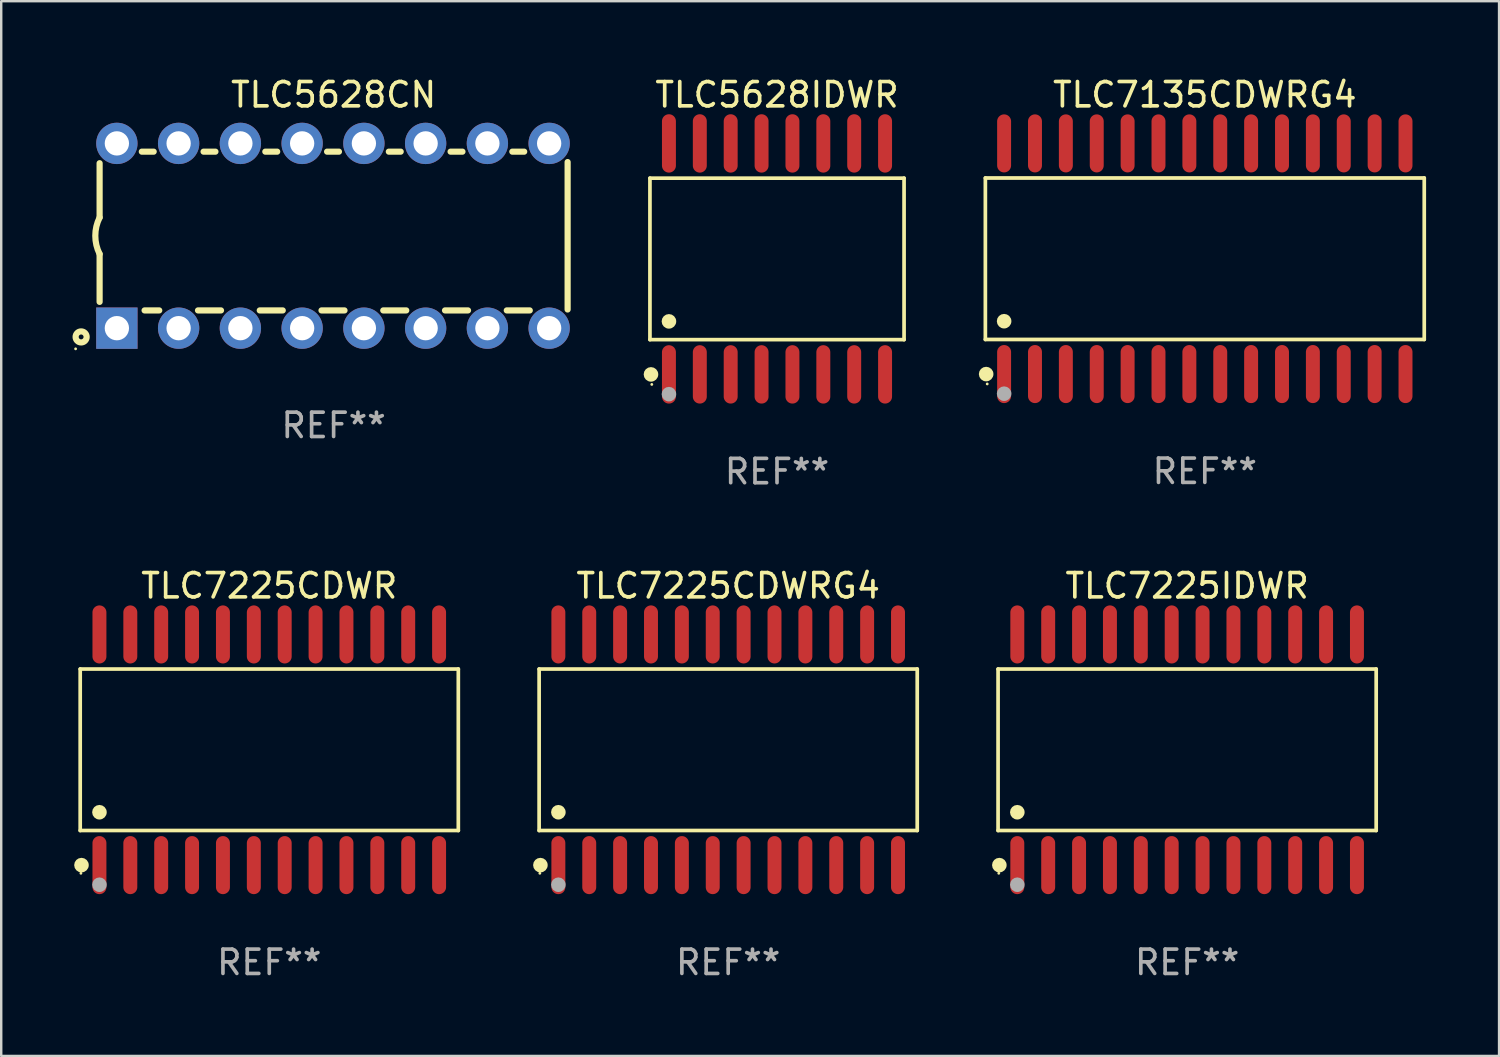
<source format=kicad_pcb>
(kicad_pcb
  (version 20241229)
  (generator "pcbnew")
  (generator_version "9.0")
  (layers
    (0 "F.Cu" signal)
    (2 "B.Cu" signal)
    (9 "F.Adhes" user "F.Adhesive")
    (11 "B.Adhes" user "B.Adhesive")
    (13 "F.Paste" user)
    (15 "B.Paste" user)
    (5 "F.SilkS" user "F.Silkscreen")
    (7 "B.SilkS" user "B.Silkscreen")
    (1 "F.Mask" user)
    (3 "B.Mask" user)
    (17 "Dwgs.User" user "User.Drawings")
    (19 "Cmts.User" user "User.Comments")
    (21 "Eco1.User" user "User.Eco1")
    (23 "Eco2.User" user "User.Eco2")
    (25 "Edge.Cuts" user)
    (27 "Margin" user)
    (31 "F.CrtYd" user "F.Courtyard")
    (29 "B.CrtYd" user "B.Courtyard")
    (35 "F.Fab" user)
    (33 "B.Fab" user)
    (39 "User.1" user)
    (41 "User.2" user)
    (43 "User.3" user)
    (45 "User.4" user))
  (footprint "TLC5628CN"
    (layer "F.Cu")
    (at 10.672 6.648)
    (property "Reference" "TLC5628CN" (at 0 -5.8 0) (layer "F.SilkS") (effects (font (size 1 1) (thickness 0.15))))
    (attr through_hole)
    (fp_line (start -9.625 -0.75) (end -9.625 -2.985) (stroke (width 0.254) (type solid)) (layer "F.SilkS"))
    (fp_line (start -9.625 0.749) (end -9.625 2.719) (stroke (width 0.254) (type solid)) (layer "F.SilkS"))
    (fp_line (start -7.889 -3.46) (end -7.401 -3.46) (stroke (width 0.254) (type solid)) (layer "F.SilkS"))
    (fp_line (start -7.775 3.07) (end -7.172 3.07) (stroke (width 0.254) (type solid)) (layer "F.SilkS"))
    (fp_line (start -5.578 3.07) (end -4.632 3.07) (stroke (width 0.254) (type solid)) (layer "F.SilkS"))
    (fp_line (start -5.349 -3.46) (end -4.861 -3.46) (stroke (width 0.254) (type solid)) (layer "F.SilkS"))
    (fp_line (start -3.038 3.07) (end -2.092 3.07) (stroke (width 0.254) (type solid)) (layer "F.SilkS"))
    (fp_line (start -2.809 -3.46) (end -2.321 -3.46) (stroke (width 0.254) (type solid)) (layer "F.SilkS"))
    (fp_line (start -0.498 3.07) (end 0.448 3.07) (stroke (width 0.254) (type solid)) (layer "F.SilkS"))
    (fp_line (start -0.269 -3.46) (end 0.219 -3.46) (stroke (width 0.254) (type solid)) (layer "F.SilkS"))
    (fp_line (start 2.042 3.07) (end 2.988 3.07) (stroke (width 0.254) (type solid)) (layer "F.SilkS"))
    (fp_line (start 2.271 -3.46) (end 2.759 -3.46) (stroke (width 0.254) (type solid)) (layer "F.SilkS"))
    (fp_line (start 4.582 3.07) (end 5.528 3.07) (stroke (width 0.254) (type solid)) (layer "F.SilkS"))
    (fp_line (start 4.811 -3.46) (end 5.299 -3.46) (stroke (width 0.254) (type solid)) (layer "F.SilkS"))
    (fp_line (start 7.122 3.07) (end 8.068 3.07) (stroke (width 0.254) (type solid)) (layer "F.SilkS"))
    (fp_line (start 7.351 -3.46) (end 7.839 -3.46) (stroke (width 0.254) (type solid)) (layer "F.SilkS"))
    (fp_line (start 9.625 3.032) (end 9.625 -3.032) (stroke (width 0.254) (type solid)) (layer "F.SilkS"))
    (fp_arc (start -9.62498 0.748819) (mid -9.801899 -0.000581) (end -9.625006 -0.749987) (stroke (width 0.254001) (type solid)) (layer "F.SilkS"))
    (fp_circle (center -10.612 4.65) (end -10.582 4.65) (stroke (width 0.06) (type solid)) (fill no) (layer "F.SilkS"))
    (fp_circle (center -10.385 4.16) (end -10.285 4.16) (stroke (width 0.254) (type solid)) (fill no) (layer "F.SilkS"))
    (fp_text user "REF**" (at 0 7.8 0) (layer "F.Fab") (effects (font (size 1 1) (thickness 0.15))))
    (pad "1" thru_hole rect (at -8.915 3.8 90) (size 1.7 1.7) (drill 1) (layers "*.Cu" "*.Mask"))
    (pad "2" thru_hole circle (at -6.375 3.8) (size 1.7 1.7) (drill 1) (layers "*.Cu" "*.Mask"))
    (pad "3" thru_hole circle (at -3.835 3.8) (size 1.7 1.7) (drill 1) (layers "*.Cu" "*.Mask"))
    (pad "4" thru_hole circle (at -1.295 3.8) (size 1.7 1.7) (drill 1) (layers "*.Cu" "*.Mask"))
    (pad "5" thru_hole circle (at 1.245 3.8) (size 1.7 1.7) (drill 1) (layers "*.Cu" "*.Mask"))
    (pad "6" thru_hole circle (at 3.785 3.8) (size 1.7 1.7) (drill 1) (layers "*.Cu" "*.Mask"))
    (pad "7" thru_hole circle (at 6.325 3.8) (size 1.7 1.7) (drill 1) (layers "*.Cu" "*.Mask"))
    (pad "8" thru_hole circle (at 8.865 3.8) (size 1.7 1.7) (drill 1) (layers "*.Cu" "*.Mask"))
    (pad "9" thru_hole circle (at 8.865 -3.8) (size 1.7 1.7) (drill 1) (layers "*.Cu" "*.Mask"))
    (pad "10" thru_hole circle (at 6.325 -3.8) (size 1.7 1.7) (drill 1) (layers "*.Cu" "*.Mask"))
    (pad "11" thru_hole circle (at 3.785 -3.8) (size 1.7 1.7) (drill 1) (layers "*.Cu" "*.Mask"))
    (pad "12" thru_hole circle (at 1.245 -3.8) (size 1.7 1.7) (drill 1) (layers "*.Cu" "*.Mask"))
    (pad "13" thru_hole circle (at -1.295 -3.8) (size 1.7 1.7) (drill 1) (layers "*.Cu" "*.Mask"))
    (pad "14" thru_hole circle (at -3.835 -3.8) (size 1.7 1.7) (drill 1) (layers "*.Cu" "*.Mask"))
    (pad "15" thru_hole circle (at -6.375 -3.8) (size 1.7 1.7) (drill 1) (layers "*.Cu" "*.Mask"))
    (pad "16" thru_hole circle (at -8.915 -3.8) (size 1.7 1.7) (drill 1) (layers "*.Cu" "*.Mask")))
  (footprint "TLC7225CDWR"
    (layer "F.Cu")
    (at 8.025 27.789)
    (property "Reference" "TLC7225CDWR" (at 0 -6.744 0) (layer "F.SilkS") (effects (font (size 1 1) (thickness 0.15))))
    (attr through_hole)
    (fp_line (start -7.776 -3.321) (end 7.776 -3.321) (stroke (width 0.152) (type solid)) (layer "F.SilkS"))
    (fp_line (start -7.776 3.321) (end -7.776 -3.321) (stroke (width 0.152) (type solid)) (layer "F.SilkS"))
    (fp_line (start 7.776 -3.321) (end 7.776 3.321) (stroke (width 0.152) (type solid)) (layer "F.SilkS"))
    (fp_line (start 7.776 3.321) (end -7.776 3.321) (stroke (width 0.152) (type solid)) (layer "F.SilkS"))
    (fp_circle (center -7.747 5.08) (end -7.717 5.08) (stroke (width 0.06) (type solid)) (fill no) (layer "F.SilkS"))
    (fp_circle (center -7.724 4.744) (end -7.574 4.744) (stroke (width 0.3) (type solid)) (fill no) (layer "F.SilkS"))
    (fp_circle (center -6.985 2.569) (end -6.835 2.569) (stroke (width 0.3) (type solid)) (fill no) (layer "F.SilkS"))
    (fp_circle (center -6.985 5.55) (end -6.835 5.55) (stroke (width 0.3) (type solid)) (fill no) (layer "F.Fab"))
    (fp_text user "REF**" (at 0 8.744 0) (layer "F.Fab") (effects (font (size 1 1) (thickness 0.15))))
    (pad "1" smd oval (at -6.985 4.744) (size 0.574 2.388) (layers "F.Cu" "F.Mask" "F.Paste"))
    (pad "2" smd oval (at -5.715 4.744) (size 0.574 2.388) (layers "F.Cu" "F.Mask" "F.Paste"))
    (pad "3" smd oval (at -4.445 4.744) (size 0.574 2.388) (layers "F.Cu" "F.Mask" "F.Paste"))
    (pad "4" smd oval (at -3.175 4.744) (size 0.574 2.388) (layers "F.Cu" "F.Mask" "F.Paste"))
    (pad "5" smd oval (at -1.905 4.744) (size 0.574 2.388) (layers "F.Cu" "F.Mask" "F.Paste"))
    (pad "6" smd oval (at -0.635 4.744) (size 0.574 2.388) (layers "F.Cu" "F.Mask" "F.Paste"))
    (pad "7" smd oval (at 0.635 4.744) (size 0.574 2.388) (layers "F.Cu" "F.Mask" "F.Paste"))
    (pad "8" smd oval (at 1.905 4.744) (size 0.574 2.388) (layers "F.Cu" "F.Mask" "F.Paste"))
    (pad "9" smd oval (at 3.175 4.744) (size 0.574 2.388) (layers "F.Cu" "F.Mask" "F.Paste"))
    (pad "10" smd oval (at 4.445 4.744) (size 0.574 2.388) (layers "F.Cu" "F.Mask" "F.Paste"))
    (pad "11" smd oval (at 5.715 4.744) (size 0.574 2.388) (layers "F.Cu" "F.Mask" "F.Paste"))
    (pad "12" smd oval (at 6.985 4.744) (size 0.574 2.388) (layers "F.Cu" "F.Mask" "F.Paste"))
    (pad "13" smd oval (at 6.985 -4.744) (size 0.574 2.388) (layers "F.Cu" "F.Mask" "F.Paste"))
    (pad "14" smd oval (at 5.715 -4.744) (size 0.574 2.388) (layers "F.Cu" "F.Mask" "F.Paste"))
    (pad "15" smd oval (at 4.445 -4.744) (size 0.574 2.388) (layers "F.Cu" "F.Mask" "F.Paste"))
    (pad "16" smd oval (at 3.175 -4.744) (size 0.574 2.388) (layers "F.Cu" "F.Mask" "F.Paste"))
    (pad "17" smd oval (at 1.905 -4.744) (size 0.574 2.388) (layers "F.Cu" "F.Mask" "F.Paste"))
    (pad "18" smd oval (at 0.635 -4.744) (size 0.574 2.388) (layers "F.Cu" "F.Mask" "F.Paste"))
    (pad "19" smd oval (at -0.635 -4.744) (size 0.574 2.388) (layers "F.Cu" "F.Mask" "F.Paste"))
    (pad "20" smd oval (at -1.905 -4.744) (size 0.574 2.388) (layers "F.Cu" "F.Mask" "F.Paste"))
    (pad "21" smd oval (at -3.175 -4.744) (size 0.574 2.388) (layers "F.Cu" "F.Mask" "F.Paste"))
    (pad "22" smd oval (at -4.445 -4.744) (size 0.574 2.388) (layers "F.Cu" "F.Mask" "F.Paste"))
    (pad "23" smd oval (at -5.715 -4.744) (size 0.574 2.388) (layers "F.Cu" "F.Mask" "F.Paste"))
    (pad "24" smd oval (at -6.985 -4.744) (size 0.574 2.388) (layers "F.Cu" "F.Mask" "F.Paste")))
  (footprint "TLC7225IDWR"
    (layer "F.Cu")
    (at 45.778 27.789)
    (property "Reference" "TLC7225IDWR" (at 0 -6.744 0) (layer "F.SilkS") (effects (font (size 1 1) (thickness 0.15))))
    (attr through_hole)
    (fp_line (start -7.776 -3.321) (end 7.776 -3.321) (stroke (width 0.152) (type solid)) (layer "F.SilkS"))
    (fp_line (start -7.776 3.321) (end -7.776 -3.321) (stroke (width 0.152) (type solid)) (layer "F.SilkS"))
    (fp_line (start 7.776 -3.321) (end 7.776 3.321) (stroke (width 0.152) (type solid)) (layer "F.SilkS"))
    (fp_line (start 7.776 3.321) (end -7.776 3.321) (stroke (width 0.152) (type solid)) (layer "F.SilkS"))
    (fp_circle (center -7.747 5.08) (end -7.717 5.08) (stroke (width 0.06) (type solid)) (fill no) (layer "F.SilkS"))
    (fp_circle (center -7.724 4.744) (end -7.574 4.744) (stroke (width 0.3) (type solid)) (fill no) (layer "F.SilkS"))
    (fp_circle (center -6.985 2.569) (end -6.835 2.569) (stroke (width 0.3) (type solid)) (fill no) (layer "F.SilkS"))
    (fp_circle (center -6.985 5.55) (end -6.835 5.55) (stroke (width 0.3) (type solid)) (fill no) (layer "F.Fab"))
    (fp_text user "REF**" (at 0 8.744 0) (layer "F.Fab") (effects (font (size 1 1) (thickness 0.15))))
    (pad "1" smd oval (at -6.985 4.744) (size 0.574 2.388) (layers "F.Cu" "F.Mask" "F.Paste"))
    (pad "2" smd oval (at -5.715 4.744) (size 0.574 2.388) (layers "F.Cu" "F.Mask" "F.Paste"))
    (pad "3" smd oval (at -4.445 4.744) (size 0.574 2.388) (layers "F.Cu" "F.Mask" "F.Paste"))
    (pad "4" smd oval (at -3.175 4.744) (size 0.574 2.388) (layers "F.Cu" "F.Mask" "F.Paste"))
    (pad "5" smd oval (at -1.905 4.744) (size 0.574 2.388) (layers "F.Cu" "F.Mask" "F.Paste"))
    (pad "6" smd oval (at -0.635 4.744) (size 0.574 2.388) (layers "F.Cu" "F.Mask" "F.Paste"))
    (pad "7" smd oval (at 0.635 4.744) (size 0.574 2.388) (layers "F.Cu" "F.Mask" "F.Paste"))
    (pad "8" smd oval (at 1.905 4.744) (size 0.574 2.388) (layers "F.Cu" "F.Mask" "F.Paste"))
    (pad "9" smd oval (at 3.175 4.744) (size 0.574 2.388) (layers "F.Cu" "F.Mask" "F.Paste"))
    (pad "10" smd oval (at 4.445 4.744) (size 0.574 2.388) (layers "F.Cu" "F.Mask" "F.Paste"))
    (pad "11" smd oval (at 5.715 4.744) (size 0.574 2.388) (layers "F.Cu" "F.Mask" "F.Paste"))
    (pad "12" smd oval (at 6.985 4.744) (size 0.574 2.388) (layers "F.Cu" "F.Mask" "F.Paste"))
    (pad "13" smd oval (at 6.985 -4.744) (size 0.574 2.388) (layers "F.Cu" "F.Mask" "F.Paste"))
    (pad "14" smd oval (at 5.715 -4.744) (size 0.574 2.388) (layers "F.Cu" "F.Mask" "F.Paste"))
    (pad "15" smd oval (at 4.445 -4.744) (size 0.574 2.388) (layers "F.Cu" "F.Mask" "F.Paste"))
    (pad "16" smd oval (at 3.175 -4.744) (size 0.574 2.388) (layers "F.Cu" "F.Mask" "F.Paste"))
    (pad "17" smd oval (at 1.905 -4.744) (size 0.574 2.388) (layers "F.Cu" "F.Mask" "F.Paste"))
    (pad "18" smd oval (at 0.635 -4.744) (size 0.574 2.388) (layers "F.Cu" "F.Mask" "F.Paste"))
    (pad "19" smd oval (at -0.635 -4.744) (size 0.574 2.388) (layers "F.Cu" "F.Mask" "F.Paste"))
    (pad "20" smd oval (at -1.905 -4.744) (size 0.574 2.388) (layers "F.Cu" "F.Mask" "F.Paste"))
    (pad "21" smd oval (at -3.175 -4.744) (size 0.574 2.388) (layers "F.Cu" "F.Mask" "F.Paste"))
    (pad "22" smd oval (at -4.445 -4.744) (size 0.574 2.388) (layers "F.Cu" "F.Mask" "F.Paste"))
    (pad "23" smd oval (at -5.715 -4.744) (size 0.574 2.388) (layers "F.Cu" "F.Mask" "F.Paste"))
    (pad "24" smd oval (at -6.985 -4.744) (size 0.574 2.388) (layers "F.Cu" "F.Mask" "F.Paste")))
  (footprint "TLC7225CDWRG4"
    (layer "F.Cu")
    (at 26.901 27.789)
    (property "Reference" "TLC7225CDWRG4" (at 0 -6.744 0) (layer "F.SilkS") (effects (font (size 1 1) (thickness 0.15))))
    (attr through_hole)
    (fp_line (start -7.776 -3.321) (end 7.776 -3.321) (stroke (width 0.152) (type solid)) (layer "F.SilkS"))
    (fp_line (start -7.776 3.321) (end -7.776 -3.321) (stroke (width 0.152) (type solid)) (layer "F.SilkS"))
    (fp_line (start 7.776 -3.321) (end 7.776 3.321) (stroke (width 0.152) (type solid)) (layer "F.SilkS"))
    (fp_line (start 7.776 3.321) (end -7.776 3.321) (stroke (width 0.152) (type solid)) (layer "F.SilkS"))
    (fp_circle (center -7.747 5.08) (end -7.717 5.08) (stroke (width 0.06) (type solid)) (fill no) (layer "F.SilkS"))
    (fp_circle (center -7.724 4.744) (end -7.574 4.744) (stroke (width 0.3) (type solid)) (fill no) (layer "F.SilkS"))
    (fp_circle (center -6.985 2.569) (end -6.835 2.569) (stroke (width 0.3) (type solid)) (fill no) (layer "F.SilkS"))
    (fp_circle (center -6.985 5.55) (end -6.835 5.55) (stroke (width 0.3) (type solid)) (fill no) (layer "F.Fab"))
    (fp_text user "REF**" (at 0 8.744 0) (layer "F.Fab") (effects (font (size 1 1) (thickness 0.15))))
    (pad "1" smd oval (at -6.985 4.744) (size 0.574 2.388) (layers "F.Cu" "F.Mask" "F.Paste"))
    (pad "2" smd oval (at -5.715 4.744) (size 0.574 2.388) (layers "F.Cu" "F.Mask" "F.Paste"))
    (pad "3" smd oval (at -4.445 4.744) (size 0.574 2.388) (layers "F.Cu" "F.Mask" "F.Paste"))
    (pad "4" smd oval (at -3.175 4.744) (size 0.574 2.388) (layers "F.Cu" "F.Mask" "F.Paste"))
    (pad "5" smd oval (at -1.905 4.744) (size 0.574 2.388) (layers "F.Cu" "F.Mask" "F.Paste"))
    (pad "6" smd oval (at -0.635 4.744) (size 0.574 2.388) (layers "F.Cu" "F.Mask" "F.Paste"))
    (pad "7" smd oval (at 0.635 4.744) (size 0.574 2.388) (layers "F.Cu" "F.Mask" "F.Paste"))
    (pad "8" smd oval (at 1.905 4.744) (size 0.574 2.388) (layers "F.Cu" "F.Mask" "F.Paste"))
    (pad "9" smd oval (at 3.175 4.744) (size 0.574 2.388) (layers "F.Cu" "F.Mask" "F.Paste"))
    (pad "10" smd oval (at 4.445 4.744) (size 0.574 2.388) (layers "F.Cu" "F.Mask" "F.Paste"))
    (pad "11" smd oval (at 5.715 4.744) (size 0.574 2.388) (layers "F.Cu" "F.Mask" "F.Paste"))
    (pad "12" smd oval (at 6.985 4.744) (size 0.574 2.388) (layers "F.Cu" "F.Mask" "F.Paste"))
    (pad "13" smd oval (at 6.985 -4.744) (size 0.574 2.388) (layers "F.Cu" "F.Mask" "F.Paste"))
    (pad "14" smd oval (at 5.715 -4.744) (size 0.574 2.388) (layers "F.Cu" "F.Mask" "F.Paste"))
    (pad "15" smd oval (at 4.445 -4.744) (size 0.574 2.388) (layers "F.Cu" "F.Mask" "F.Paste"))
    (pad "16" smd oval (at 3.175 -4.744) (size 0.574 2.388) (layers "F.Cu" "F.Mask" "F.Paste"))
    (pad "17" smd oval (at 1.905 -4.744) (size 0.574 2.388) (layers "F.Cu" "F.Mask" "F.Paste"))
    (pad "18" smd oval (at 0.635 -4.744) (size 0.574 2.388) (layers "F.Cu" "F.Mask" "F.Paste"))
    (pad "19" smd oval (at -0.635 -4.744) (size 0.574 2.388) (layers "F.Cu" "F.Mask" "F.Paste"))
    (pad "20" smd oval (at -1.905 -4.744) (size 0.574 2.388) (layers "F.Cu" "F.Mask" "F.Paste"))
    (pad "21" smd oval (at -3.175 -4.744) (size 0.574 2.388) (layers "F.Cu" "F.Mask" "F.Paste"))
    (pad "22" smd oval (at -4.445 -4.744) (size 0.574 2.388) (layers "F.Cu" "F.Mask" "F.Paste"))
    (pad "23" smd oval (at -5.715 -4.744) (size 0.574 2.388) (layers "F.Cu" "F.Mask" "F.Paste"))
    (pad "24" smd oval (at -6.985 -4.744) (size 0.574 2.388) (layers "F.Cu" "F.Mask" "F.Paste")))
  (footprint "TLC7135CDWRG4"
    (layer "F.Cu")
    (at 46.505 7.592)
    (property "Reference" "TLC7135CDWRG4" (at 0 -6.744 0) (layer "F.SilkS") (effects (font (size 1 1) (thickness 0.15))))
    (attr through_hole)
    (fp_line (start -9.026 -3.321) (end 9.026 -3.321) (stroke (width 0.152) (type solid)) (layer "F.SilkS"))
    (fp_line (start -9.026 3.321) (end -9.026 -3.321) (stroke (width 0.152) (type solid)) (layer "F.SilkS"))
    (fp_line (start 9.026 -3.321) (end 9.026 3.321) (stroke (width 0.152) (type solid)) (layer "F.SilkS"))
    (fp_line (start 9.026 3.321) (end -9.026 3.321) (stroke (width 0.152) (type solid)) (layer "F.SilkS"))
    (fp_circle (center -8.994 4.744) (end -8.844 4.744) (stroke (width 0.3) (type solid)) (fill no) (layer "F.SilkS"))
    (fp_circle (center -8.95 5.15) (end -8.92 5.15) (stroke (width 0.06) (type solid)) (fill no) (layer "F.SilkS"))
    (fp_circle (center -8.255 2.569) (end -8.105 2.569) (stroke (width 0.3) (type solid)) (fill no) (layer "F.SilkS"))
    (fp_circle (center -8.255 5.55) (end -8.105 5.55) (stroke (width 0.3) (type solid)) (fill no) (layer "F.Fab"))
    (fp_text user "REF**" (at 0 8.744 0) (layer "F.Fab") (effects (font (size 1 1) (thickness 0.15))))
    (pad "1" smd oval (at -8.255 4.744) (size 0.574 2.388) (layers "F.Cu" "F.Mask" "F.Paste"))
    (pad "2" smd oval (at -6.985 4.744) (size 0.574 2.388) (layers "F.Cu" "F.Mask" "F.Paste"))
    (pad "3" smd oval (at -5.715 4.744) (size 0.574 2.388) (layers "F.Cu" "F.Mask" "F.Paste"))
    (pad "4" smd oval (at -4.445 4.744) (size 0.574 2.388) (layers "F.Cu" "F.Mask" "F.Paste"))
    (pad "5" smd oval (at -3.175 4.744) (size 0.574 2.388) (layers "F.Cu" "F.Mask" "F.Paste"))
    (pad "6" smd oval (at -1.905 4.744) (size 0.574 2.388) (layers "F.Cu" "F.Mask" "F.Paste"))
    (pad "7" smd oval (at -0.635 4.744) (size 0.574 2.388) (layers "F.Cu" "F.Mask" "F.Paste"))
    (pad "8" smd oval (at 0.635 4.744) (size 0.574 2.388) (layers "F.Cu" "F.Mask" "F.Paste"))
    (pad "9" smd oval (at 1.905 4.744) (size 0.574 2.388) (layers "F.Cu" "F.Mask" "F.Paste"))
    (pad "10" smd oval (at 3.175 4.744) (size 0.574 2.388) (layers "F.Cu" "F.Mask" "F.Paste"))
    (pad "11" smd oval (at 4.445 4.744) (size 0.574 2.388) (layers "F.Cu" "F.Mask" "F.Paste"))
    (pad "12" smd oval (at 5.715 4.744) (size 0.574 2.388) (layers "F.Cu" "F.Mask" "F.Paste"))
    (pad "13" smd oval (at 6.985 4.744) (size 0.574 2.388) (layers "F.Cu" "F.Mask" "F.Paste"))
    (pad "14" smd oval (at 8.255 4.744) (size 0.574 2.388) (layers "F.Cu" "F.Mask" "F.Paste"))
    (pad "15" smd oval (at 8.255 -4.744) (size 0.574 2.388) (layers "F.Cu" "F.Mask" "F.Paste"))
    (pad "16" smd oval (at 6.985 -4.744) (size 0.574 2.388) (layers "F.Cu" "F.Mask" "F.Paste"))
    (pad "17" smd oval (at 5.715 -4.744) (size 0.574 2.388) (layers "F.Cu" "F.Mask" "F.Paste"))
    (pad "18" smd oval (at 4.445 -4.744) (size 0.574 2.388) (layers "F.Cu" "F.Mask" "F.Paste"))
    (pad "19" smd oval (at 3.175 -4.744) (size 0.574 2.388) (layers "F.Cu" "F.Mask" "F.Paste"))
    (pad "20" smd oval (at 1.905 -4.744) (size 0.574 2.388) (layers "F.Cu" "F.Mask" "F.Paste"))
    (pad "21" smd oval (at 0.635 -4.744) (size 0.574 2.388) (layers "F.Cu" "F.Mask" "F.Paste"))
    (pad "22" smd oval (at -0.635 -4.744) (size 0.574 2.388) (layers "F.Cu" "F.Mask" "F.Paste"))
    (pad "23" smd oval (at -1.905 -4.744) (size 0.574 2.388) (layers "F.Cu" "F.Mask" "F.Paste"))
    (pad "24" smd oval (at -3.175 -4.744) (size 0.574 2.388) (layers "F.Cu" "F.Mask" "F.Paste"))
    (pad "25" smd oval (at -4.445 -4.744) (size 0.574 2.388) (layers "F.Cu" "F.Mask" "F.Paste"))
    (pad "26" smd oval (at -5.715 -4.744) (size 0.574 2.388) (layers "F.Cu" "F.Mask" "F.Paste"))
    (pad "27" smd oval (at -6.985 -4.744) (size 0.574 2.388) (layers "F.Cu" "F.Mask" "F.Paste"))
    (pad "28" smd oval (at -8.255 -4.744) (size 0.574 2.388) (layers "F.Cu" "F.Mask" "F.Paste")))
  (footprint "TLC5628IDWR"
    (layer "F.Cu")
    (at 28.909 7.599)
    (property "Reference" "TLC5628IDWR" (at 0 -6.75 0) (layer "F.SilkS") (effects (font (size 1 1) (thickness 0.15))))
    (attr through_hole)
    (fp_line (start -5.226 -3.321) (end 5.226 -3.321) (stroke (width 0.152) (type solid)) (layer "F.SilkS"))
    (fp_line (start -5.226 3.321) (end -5.226 -3.321) (stroke (width 0.152) (type solid)) (layer "F.SilkS"))
    (fp_line (start 5.226 -3.321) (end 5.226 3.321) (stroke (width 0.152) (type solid)) (layer "F.SilkS"))
    (fp_line (start 5.226 3.321) (end -5.226 3.321) (stroke (width 0.152) (type solid)) (layer "F.SilkS"))
    (fp_circle (center -5.184 4.75) (end -5.034 4.75) (stroke (width 0.3) (type solid)) (fill no) (layer "F.SilkS"))
    (fp_circle (center -5.15 5.163) (end -5.12 5.163) (stroke (width 0.06) (type solid)) (fill no) (layer "F.SilkS"))
    (fp_circle (center -4.445 2.569) (end -4.295 2.569) (stroke (width 0.3) (type solid)) (fill no) (layer "F.SilkS"))
    (fp_circle (center -4.445 5.563) (end -4.295 5.563) (stroke (width 0.3) (type solid)) (fill no) (layer "F.Fab"))
    (fp_text user "REF**" (at 0 8.75 0) (layer "F.Fab") (effects (font (size 1 1) (thickness 0.15))))
    (pad "1" smd oval (at -4.445 4.75) (size 0.574 2.401) (layers "F.Cu" "F.Mask" "F.Paste"))
    (pad "2" smd oval (at -3.175 4.75) (size 0.574 2.401) (layers "F.Cu" "F.Mask" "F.Paste"))
    (pad "3" smd oval (at -1.905 4.75) (size 0.574 2.401) (layers "F.Cu" "F.Mask" "F.Paste"))
    (pad "4" smd oval (at -0.635 4.75) (size 0.574 2.401) (layers "F.Cu" "F.Mask" "F.Paste"))
    (pad "5" smd oval (at 0.635 4.75) (size 0.574 2.401) (layers "F.Cu" "F.Mask" "F.Paste"))
    (pad "6" smd oval (at 1.905 4.75) (size 0.574 2.401) (layers "F.Cu" "F.Mask" "F.Paste"))
    (pad "7" smd oval (at 3.175 4.75) (size 0.574 2.401) (layers "F.Cu" "F.Mask" "F.Paste"))
    (pad "8" smd oval (at 4.445 4.75) (size 0.574 2.401) (layers "F.Cu" "F.Mask" "F.Paste"))
    (pad "9" smd oval (at 4.445 -4.75) (size 0.574 2.401) (layers "F.Cu" "F.Mask" "F.Paste"))
    (pad "10" smd oval (at 3.175 -4.75) (size 0.574 2.401) (layers "F.Cu" "F.Mask" "F.Paste"))
    (pad "11" smd oval (at 1.905 -4.75) (size 0.574 2.401) (layers "F.Cu" "F.Mask" "F.Paste"))
    (pad "12" smd oval (at 0.635 -4.75) (size 0.574 2.401) (layers "F.Cu" "F.Mask" "F.Paste"))
    (pad "13" smd oval (at -0.635 -4.75) (size 0.574 2.401) (layers "F.Cu" "F.Mask" "F.Paste"))
    (pad "14" smd oval (at -1.905 -4.75) (size 0.574 2.401) (layers "F.Cu" "F.Mask" "F.Paste"))
    (pad "15" smd oval (at -3.175 -4.75) (size 0.574 2.401) (layers "F.Cu" "F.Mask" "F.Paste"))
    (pad "16" smd oval (at -4.445 -4.75) (size 0.574 2.401) (layers "F.Cu" "F.Mask" "F.Paste")))
  (gr_rect
    (start -3 -3)
    (end 58.608 40.382)
    (stroke (width 0.1) (type default))
    (fill no)
    (layer "Edge.Cuts")))
</source>
